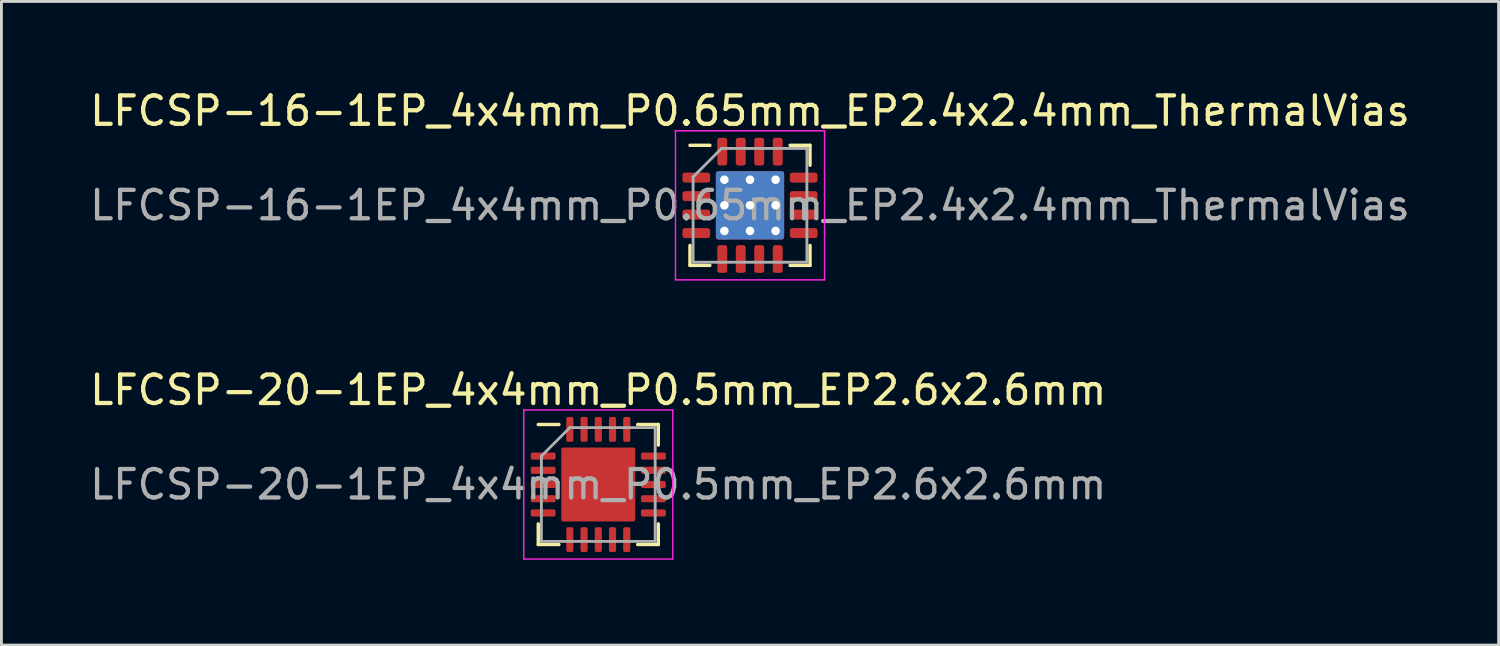
<source format=kicad_pcb>
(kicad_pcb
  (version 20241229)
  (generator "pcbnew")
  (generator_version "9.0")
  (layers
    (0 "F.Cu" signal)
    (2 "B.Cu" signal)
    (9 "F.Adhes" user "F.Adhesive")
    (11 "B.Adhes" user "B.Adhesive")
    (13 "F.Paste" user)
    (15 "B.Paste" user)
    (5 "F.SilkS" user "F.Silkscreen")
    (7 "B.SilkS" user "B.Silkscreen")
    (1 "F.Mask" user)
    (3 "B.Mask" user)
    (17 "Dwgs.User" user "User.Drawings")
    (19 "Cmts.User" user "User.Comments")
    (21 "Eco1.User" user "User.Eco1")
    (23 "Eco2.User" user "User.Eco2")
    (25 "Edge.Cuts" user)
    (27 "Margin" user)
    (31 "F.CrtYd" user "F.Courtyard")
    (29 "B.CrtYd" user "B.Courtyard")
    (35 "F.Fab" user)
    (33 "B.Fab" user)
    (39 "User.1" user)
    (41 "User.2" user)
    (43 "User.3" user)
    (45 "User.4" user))
  (footprint "LFCSP-16-1EP_4x4mm_P0.65mm_EP2.4x2.4mm_ThermalVias"
    (layer "F.Cu")
    (at 23.315 4.168)
    (property "Reference" "LFCSP-16-1EP_4x4mm_P0.65mm_EP2.4x2.4mm_ThermalVias" (at 0 -3.32 0) (layer "F.SilkS") (effects (font (size 1 1) (thickness 0.15))))
    (attr smd)
    (fp_line (start -2.11 2.11) (end -2.11 1.41) (stroke (width 0.12) (type solid)) (layer "F.SilkS"))
    (fp_line (start -1.41 -2.11) (end -2.11 -2.11) (stroke (width 0.12) (type solid)) (layer "F.SilkS"))
    (fp_line (start -1.41 2.11) (end -2.11 2.11) (stroke (width 0.12) (type solid)) (layer "F.SilkS"))
    (fp_line (start 1.41 -2.11) (end 2.11 -2.11) (stroke (width 0.12) (type solid)) (layer "F.SilkS"))
    (fp_line (start 1.41 2.11) (end 2.11 2.11) (stroke (width 0.12) (type solid)) (layer "F.SilkS"))
    (fp_line (start 2.11 -2.11) (end 2.11 -1.41) (stroke (width 0.12) (type solid)) (layer "F.SilkS"))
    (fp_line (start 2.11 2.11) (end 2.11 1.41) (stroke (width 0.12) (type solid)) (layer "F.SilkS"))
    (fp_line (start -2.62 -2.62) (end -2.62 2.62) (stroke (width 0.05) (type solid)) (layer "F.CrtYd"))
    (fp_line (start -2.62 2.62) (end 2.62 2.62) (stroke (width 0.05) (type solid)) (layer "F.CrtYd"))
    (fp_line (start 2.62 -2.62) (end -2.62 -2.62) (stroke (width 0.05) (type solid)) (layer "F.CrtYd"))
    (fp_line (start 2.62 2.62) (end 2.62 -2.62) (stroke (width 0.05) (type solid)) (layer "F.CrtYd"))
    (fp_line (start -2 -1) (end -1 -2) (stroke (width 0.1) (type solid)) (layer "F.Fab"))
    (fp_line (start -2 2) (end -2 -1) (stroke (width 0.1) (type solid)) (layer "F.Fab"))
    (fp_line (start -1 -2) (end 2 -2) (stroke (width 0.1) (type solid)) (layer "F.Fab"))
    (fp_line (start 2 -2) (end 2 2) (stroke (width 0.1) (type solid)) (layer "F.Fab"))
    (fp_line (start 2 2) (end -2 2) (stroke (width 0.1) (type solid)) (layer "F.Fab"))
    (fp_text user "${REFERENCE}" (at 0 0 0) (layer "F.Fab") (effects (font (size 1 1) (thickness 0.15))))
    (pad "" smd roundrect (at -0.6 -0.6) (size 1.04 1.04) (layers "F.Paste") (roundrect_rratio 0.24))
    (pad "" smd roundrect (at -0.6 0.6) (size 1.04 1.04) (layers "F.Paste") (roundrect_rratio 0.24))
    (pad "" smd roundrect (at 0.6 -0.6) (size 1.04 1.04) (layers "F.Paste") (roundrect_rratio 0.24))
    (pad "" smd roundrect (at 0.6 0.6) (size 1.04 1.04) (layers "F.Paste") (roundrect_rratio 0.24))
    (pad "1" smd roundrect (at -1.887 -0.975) (size 0.975 0.35) (layers "F.Cu" "F.Mask" "F.Paste") (roundrect_rratio 0.25))
    (pad "2" smd roundrect (at -1.887 -0.325) (size 0.975 0.35) (layers "F.Cu" "F.Mask" "F.Paste") (roundrect_rratio 0.25))
    (pad "3" smd roundrect (at -1.887 0.325) (size 0.975 0.35) (layers "F.Cu" "F.Mask" "F.Paste") (roundrect_rratio 0.25))
    (pad "4" smd roundrect (at -1.887 0.975) (size 0.975 0.35) (layers "F.Cu" "F.Mask" "F.Paste") (roundrect_rratio 0.25))
    (pad "5" smd roundrect (at -0.975 1.887) (size 0.35 0.975) (layers "F.Cu" "F.Mask" "F.Paste") (roundrect_rratio 0.25))
    (pad "6" smd roundrect (at -0.325 1.887) (size 0.35 0.975) (layers "F.Cu" "F.Mask" "F.Paste") (roundrect_rratio 0.25))
    (pad "7" smd roundrect (at 0.325 1.887) (size 0.35 0.975) (layers "F.Cu" "F.Mask" "F.Paste") (roundrect_rratio 0.25))
    (pad "8" smd roundrect (at 0.975 1.887) (size 0.35 0.975) (layers "F.Cu" "F.Mask" "F.Paste") (roundrect_rratio 0.25))
    (pad "9" smd roundrect (at 1.887 0.975) (size 0.975 0.35) (layers "F.Cu" "F.Mask" "F.Paste") (roundrect_rratio 0.25))
    (pad "10" smd roundrect (at 1.887 0.325) (size 0.975 0.35) (layers "F.Cu" "F.Mask" "F.Paste") (roundrect_rratio 0.25))
    (pad "11" smd roundrect (at 1.887 -0.325) (size 0.975 0.35) (layers "F.Cu" "F.Mask" "F.Paste") (roundrect_rratio 0.25))
    (pad "12" smd roundrect (at 1.887 -0.975) (size 0.975 0.35) (layers "F.Cu" "F.Mask" "F.Paste") (roundrect_rratio 0.25))
    (pad "13" smd roundrect (at 0.975 -1.887) (size 0.35 0.975) (layers "F.Cu" "F.Mask" "F.Paste") (roundrect_rratio 0.25))
    (pad "14" smd roundrect (at 0.325 -1.887) (size 0.35 0.975) (layers "F.Cu" "F.Mask" "F.Paste") (roundrect_rratio 0.25))
    (pad "15" smd roundrect (at -0.325 -1.887) (size 0.35 0.975) (layers "F.Cu" "F.Mask" "F.Paste") (roundrect_rratio 0.25))
    (pad "16" smd roundrect (at -0.975 -1.887) (size 0.35 0.975) (layers "F.Cu" "F.Mask" "F.Paste") (roundrect_rratio 0.25))
    (pad "17" thru_hole circle (at -0.9 -0.9) (size 0.6 0.6) (drill 0.3) (layers "*.Cu"))
    (pad "17" thru_hole circle (at -0.9 0) (size 0.6 0.6) (drill 0.3) (layers "*.Cu"))
    (pad "17" thru_hole circle (at -0.9 0.9) (size 0.6 0.6) (drill 0.3) (layers "*.Cu"))
    (pad "17" thru_hole circle (at 0 -0.9) (size 0.6 0.6) (drill 0.3) (layers "*.Cu"))
    (pad "17" thru_hole circle (at 0 0) (size 0.6 0.6) (drill 0.3) (layers "*.Cu"))
    (pad "17" smd roundrect (at 0 0) (size 2.4 2.4) (layers "F.Cu" "F.Mask") (roundrect_rratio 0.036))
    (pad "17" smd roundrect (at 0 0) (size 2.4 2.4) (layers "B.Cu") (roundrect_rratio 0.036))
    (pad "17" thru_hole circle (at 0 0.9) (size 0.6 0.6) (drill 0.3) (layers "*.Cu"))
    (pad "17" thru_hole circle (at 0.9 -0.9) (size 0.6 0.6) (drill 0.3) (layers "*.Cu"))
    (pad "17" thru_hole circle (at 0.9 0) (size 0.6 0.6) (drill 0.3) (layers "*.Cu"))
    (pad "17" thru_hole circle (at 0.9 0.9) (size 0.6 0.6) (drill 0.3) (layers "*.Cu")))
  (footprint "LFCSP-20-1EP_4x4mm_P0.5mm_EP2.6x2.6mm"
    (layer "F.Cu")
    (at 17.982 13.982)
    (property "Reference" "LFCSP-20-1EP_4x4mm_P0.5mm_EP2.6x2.6mm" (at 0 -3.32 0) (layer "F.SilkS") (effects (font (size 1 1) (thickness 0.15))))
    (attr smd)
    (fp_line (start -2.11 2.11) (end -2.11 1.385) (stroke (width 0.12) (type solid)) (layer "F.SilkS"))
    (fp_line (start -1.385 -2.11) (end -2.11 -2.11) (stroke (width 0.12) (type solid)) (layer "F.SilkS"))
    (fp_line (start -1.385 2.11) (end -2.11 2.11) (stroke (width 0.12) (type solid)) (layer "F.SilkS"))
    (fp_line (start 1.385 -2.11) (end 2.11 -2.11) (stroke (width 0.12) (type solid)) (layer "F.SilkS"))
    (fp_line (start 1.385 2.11) (end 2.11 2.11) (stroke (width 0.12) (type solid)) (layer "F.SilkS"))
    (fp_line (start 2.11 -2.11) (end 2.11 -1.385) (stroke (width 0.12) (type solid)) (layer "F.SilkS"))
    (fp_line (start 2.11 2.11) (end 2.11 1.385) (stroke (width 0.12) (type solid)) (layer "F.SilkS"))
    (fp_line (start -2.62 -2.62) (end -2.62 2.62) (stroke (width 0.05) (type solid)) (layer "F.CrtYd"))
    (fp_line (start -2.62 2.62) (end 2.62 2.62) (stroke (width 0.05) (type solid)) (layer "F.CrtYd"))
    (fp_line (start 2.62 -2.62) (end -2.62 -2.62) (stroke (width 0.05) (type solid)) (layer "F.CrtYd"))
    (fp_line (start 2.62 2.62) (end 2.62 -2.62) (stroke (width 0.05) (type solid)) (layer "F.CrtYd"))
    (fp_line (start -2 -1) (end -1 -2) (stroke (width 0.1) (type solid)) (layer "F.Fab"))
    (fp_line (start -2 2) (end -2 -1) (stroke (width 0.1) (type solid)) (layer "F.Fab"))
    (fp_line (start -1 -2) (end 2 -2) (stroke (width 0.1) (type solid)) (layer "F.Fab"))
    (fp_line (start 2 -2) (end 2 2) (stroke (width 0.1) (type solid)) (layer "F.Fab"))
    (fp_line (start 2 2) (end -2 2) (stroke (width 0.1) (type solid)) (layer "F.Fab"))
    (fp_text user "${REFERENCE}" (at 0 0 0) (layer "F.Fab") (effects (font (size 1 1) (thickness 0.15))))
    (pad "" smd roundrect (at -0.65 -0.65) (size 1.05 1.05) (layers "F.Paste") (roundrect_rratio 0.238))
    (pad "" smd roundrect (at -0.65 0.65) (size 1.05 1.05) (layers "F.Paste") (roundrect_rratio 0.238))
    (pad "" smd roundrect (at 0.65 -0.65) (size 1.05 1.05) (layers "F.Paste") (roundrect_rratio 0.238))
    (pad "" smd roundrect (at 0.65 0.65) (size 1.05 1.05) (layers "F.Paste") (roundrect_rratio 0.238))
    (pad "1" smd roundrect (at -1.938 -1) (size 0.875 0.25) (layers "F.Cu" "F.Mask" "F.Paste") (roundrect_rratio 0.25))
    (pad "2" smd roundrect (at -1.938 -0.5) (size 0.875 0.25) (layers "F.Cu" "F.Mask" "F.Paste") (roundrect_rratio 0.25))
    (pad "3" smd roundrect (at -1.938 0) (size 0.875 0.25) (layers "F.Cu" "F.Mask" "F.Paste") (roundrect_rratio 0.25))
    (pad "4" smd roundrect (at -1.938 0.5) (size 0.875 0.25) (layers "F.Cu" "F.Mask" "F.Paste") (roundrect_rratio 0.25))
    (pad "5" smd roundrect (at -1.938 1) (size 0.875 0.25) (layers "F.Cu" "F.Mask" "F.Paste") (roundrect_rratio 0.25))
    (pad "6" smd roundrect (at -1 1.938) (size 0.25 0.875) (layers "F.Cu" "F.Mask" "F.Paste") (roundrect_rratio 0.25))
    (pad "7" smd roundrect (at -0.5 1.938) (size 0.25 0.875) (layers "F.Cu" "F.Mask" "F.Paste") (roundrect_rratio 0.25))
    (pad "8" smd roundrect (at 0 1.938) (size 0.25 0.875) (layers "F.Cu" "F.Mask" "F.Paste") (roundrect_rratio 0.25))
    (pad "9" smd roundrect (at 0.5 1.938) (size 0.25 0.875) (layers "F.Cu" "F.Mask" "F.Paste") (roundrect_rratio 0.25))
    (pad "10" smd roundrect (at 1 1.938) (size 0.25 0.875) (layers "F.Cu" "F.Mask" "F.Paste") (roundrect_rratio 0.25))
    (pad "11" smd roundrect (at 1.938 1) (size 0.875 0.25) (layers "F.Cu" "F.Mask" "F.Paste") (roundrect_rratio 0.25))
    (pad "12" smd roundrect (at 1.938 0.5) (size 0.875 0.25) (layers "F.Cu" "F.Mask" "F.Paste") (roundrect_rratio 0.25))
    (pad "13" smd roundrect (at 1.938 0) (size 0.875 0.25) (layers "F.Cu" "F.Mask" "F.Paste") (roundrect_rratio 0.25))
    (pad "14" smd roundrect (at 1.938 -0.5) (size 0.875 0.25) (layers "F.Cu" "F.Mask" "F.Paste") (roundrect_rratio 0.25))
    (pad "15" smd roundrect (at 1.938 -1) (size 0.875 0.25) (layers "F.Cu" "F.Mask" "F.Paste") (roundrect_rratio 0.25))
    (pad "16" smd roundrect (at 1 -1.938) (size 0.25 0.875) (layers "F.Cu" "F.Mask" "F.Paste") (roundrect_rratio 0.25))
    (pad "17" smd roundrect (at 0.5 -1.938) (size 0.25 0.875) (layers "F.Cu" "F.Mask" "F.Paste") (roundrect_rratio 0.25))
    (pad "18" smd roundrect (at 0 -1.938) (size 0.25 0.875) (layers "F.Cu" "F.Mask" "F.Paste") (roundrect_rratio 0.25))
    (pad "19" smd roundrect (at -0.5 -1.938) (size 0.25 0.875) (layers "F.Cu" "F.Mask" "F.Paste") (roundrect_rratio 0.25))
    (pad "20" smd roundrect (at -1 -1.938) (size 0.25 0.875) (layers "F.Cu" "F.Mask" "F.Paste") (roundrect_rratio 0.25))
    (pad "21" smd roundrect (at 0 0) (size 2.6 2.6) (layers "F.Cu" "F.Mask") (roundrect_rratio 0.024)))
  (gr_rect
    (start -3 -3)
    (end 49.631 19.627)
    (stroke (width 0.1) (type default))
    (fill no)
    (layer "Edge.Cuts")))
</source>
